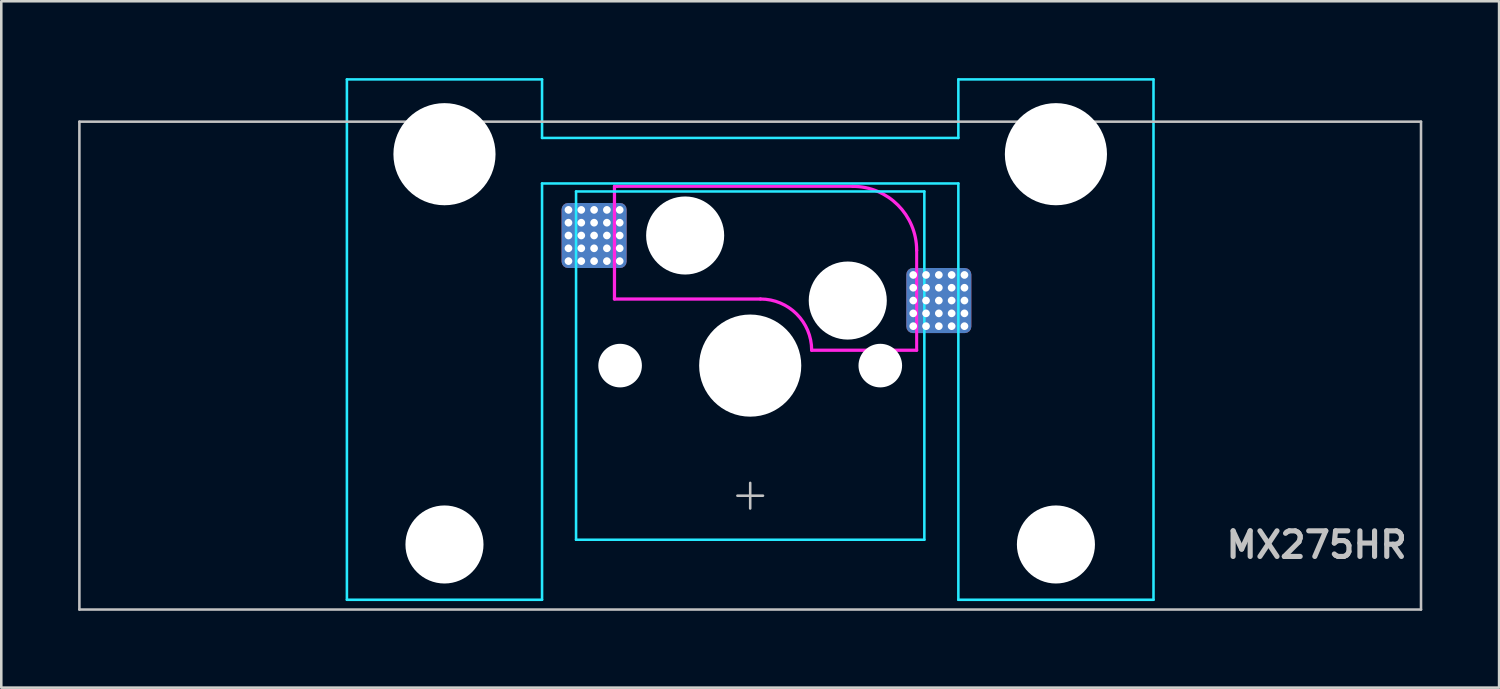
<source format=kicad_pcb>
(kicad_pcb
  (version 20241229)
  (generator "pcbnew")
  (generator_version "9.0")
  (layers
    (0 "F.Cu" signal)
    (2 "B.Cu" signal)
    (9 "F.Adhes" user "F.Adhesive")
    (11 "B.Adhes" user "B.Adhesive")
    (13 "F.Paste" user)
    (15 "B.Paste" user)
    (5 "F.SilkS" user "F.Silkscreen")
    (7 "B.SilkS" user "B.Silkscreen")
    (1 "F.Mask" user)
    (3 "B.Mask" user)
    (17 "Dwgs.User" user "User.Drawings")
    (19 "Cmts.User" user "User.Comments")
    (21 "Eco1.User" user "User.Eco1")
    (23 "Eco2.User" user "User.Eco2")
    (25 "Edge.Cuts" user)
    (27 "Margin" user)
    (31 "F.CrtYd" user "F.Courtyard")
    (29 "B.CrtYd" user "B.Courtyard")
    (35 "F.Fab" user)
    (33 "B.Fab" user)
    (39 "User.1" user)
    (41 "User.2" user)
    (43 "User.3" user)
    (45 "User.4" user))
  (footprint "MX275HR"
    (layer "F.Cu")
    (at 26.244 11.226)
    (property "Reference" "MX275HR" (at 25.75 7 0) (layer "Dwgs.User") (effects (font (size 1 1) (thickness 0.2)) (justify right)))
    (attr smd)
    (fp_line (start -26.194 -9.525) (end -26.194 9.525) (stroke (width 0.1) (type solid)) (layer "Dwgs.User"))
    (fp_line (start -26.194 -9.525) (end 26.194 -9.525) (stroke (width 0.1) (type solid)) (layer "Dwgs.User"))
    (fp_line (start -26.194 9.525) (end 26.194 9.525) (stroke (width 0.1) (type solid)) (layer "Dwgs.User"))
    (fp_line (start -0.5 5.08) (end 0.5 5.08) (stroke (width 0.1) (type solid)) (layer "Dwgs.User"))
    (fp_line (start 0 4.58) (end 0 5.58) (stroke (width 0.1) (type solid)) (layer "Dwgs.User"))
    (fp_line (start 26.194 -9.525) (end 26.194 9.525) (stroke (width 0.1) (type solid)) (layer "Dwgs.User"))
    (fp_line (start -15.438 -8.515) (end -15.438 5.485) (stroke (width 0.1) (type solid)) (layer "Eco1.User"))
    (fp_line (start -14.938 -9.015) (end -8.938 -9.015) (stroke (width 0.1) (type solid)) (layer "Eco1.User"))
    (fp_line (start -8.938 5.985) (end -14.938 5.985) (stroke (width 0.1) (type solid)) (layer "Eco1.User"))
    (fp_line (start -8.438 5.485) (end -8.438 -8.515) (stroke (width 0.1) (type solid)) (layer "Eco1.User"))
    (fp_line (start -7 -6.5) (end -7 6.5) (stroke (width 0.1) (type solid)) (layer "Eco1.User"))
    (fp_line (start -6.5 7) (end 6.5 7) (stroke (width 0.1) (type solid)) (layer "Eco1.User"))
    (fp_line (start 6.5 -7) (end -6.5 -7) (stroke (width 0.1) (type solid)) (layer "Eco1.User"))
    (fp_line (start 7 6.5) (end 7 -6.5) (stroke (width 0.1) (type solid)) (layer "Eco1.User"))
    (fp_line (start 8.438 -8.515) (end 8.438 5.485) (stroke (width 0.1) (type solid)) (layer "Eco1.User"))
    (fp_line (start 8.938 -9.015) (end 14.938 -9.015) (stroke (width 0.1) (type solid)) (layer "Eco1.User"))
    (fp_line (start 14.938 5.985) (end 8.938 5.985) (stroke (width 0.1) (type solid)) (layer "Eco1.User"))
    (fp_line (start 15.438 5.485) (end 15.438 -8.515) (stroke (width 0.1) (type solid)) (layer "Eco1.User"))
    (fp_arc (start -15.438 -8.515) (mid -15.291553 -8.868553) (end -14.938 -9.015) (stroke (width 0.1) (type solid)) (layer "Eco1.User"))
    (fp_arc (start -14.938 5.985) (mid -15.291553 5.838553) (end -15.438 5.485) (stroke (width 0.1) (type solid)) (layer "Eco1.User"))
    (fp_arc (start -8.938 -9.015) (mid -8.584447 -8.868553) (end -8.438 -8.515) (stroke (width 0.1) (type solid)) (layer "Eco1.User"))
    (fp_arc (start -8.438 5.485) (mid -8.584447 5.838553) (end -8.938 5.985) (stroke (width 0.1) (type solid)) (layer "Eco1.User"))
    (fp_arc (start -7 -6.5) (mid -6.853553 -6.853553) (end -6.5 -7) (stroke (width 0.1) (type solid)) (layer "Eco1.User"))
    (fp_arc (start -6.5 7) (mid -6.853553 6.853553) (end -7 6.5) (stroke (width 0.1) (type solid)) (layer "Eco1.User"))
    (fp_arc (start 6.5 -7) (mid 6.853553 -6.853553) (end 7 -6.5) (stroke (width 0.1) (type solid)) (layer "Eco1.User"))
    (fp_arc (start 7 6.5) (mid 6.853553 6.853553) (end 6.5 7) (stroke (width 0.1) (type solid)) (layer "Eco1.User"))
    (fp_arc (start 8.438 -8.515) (mid 8.584447 -8.868553) (end 8.938 -9.015) (stroke (width 0.1) (type solid)) (layer "Eco1.User"))
    (fp_arc (start 8.938 5.985) (mid 8.584447 5.838553) (end 8.438 5.485) (stroke (width 0.1) (type solid)) (layer "Eco1.User"))
    (fp_arc (start 14.938 -9.015) (mid 15.291553 -8.868553) (end 15.438 -8.515) (stroke (width 0.1) (type solid)) (layer "Eco1.User"))
    (fp_arc (start 15.438 5.485) (mid 15.291553 5.838553) (end 14.938 5.985) (stroke (width 0.1) (type solid)) (layer "Eco1.User"))
    (fp_line (start -15.748 -11.176) (end -15.748 9.144) (stroke (width 0.1) (type solid)) (layer "B.CrtYd"))
    (fp_line (start -15.748 -11.176) (end -8.128 -11.176) (stroke (width 0.1) (type solid)) (layer "B.CrtYd"))
    (fp_line (start -8.128 -8.89) (end -8.128 -11.176) (stroke (width 0.1) (type solid)) (layer "B.CrtYd"))
    (fp_line (start -8.128 -7.112) (end -8.128 9.142) (stroke (width 0.1) (type solid)) (layer "B.CrtYd"))
    (fp_line (start -8.128 9.144) (end -15.748 9.144) (stroke (width 0.1) (type solid)) (layer "B.CrtYd"))
    (fp_line (start -6.8 -6.8) (end -6.8 6.8) (stroke (width 0.1) (type solid)) (layer "B.CrtYd"))
    (fp_line (start 6.8 -6.8) (end -6.8 -6.8) (stroke (width 0.1) (type solid)) (layer "B.CrtYd"))
    (fp_line (start 6.8 -6.8) (end 6.8 6.8) (stroke (width 0.1) (type solid)) (layer "B.CrtYd"))
    (fp_line (start 6.8 6.8) (end -6.8 6.8) (stroke (width 0.1) (type solid)) (layer "B.CrtYd"))
    (fp_line (start 8.128 -8.89) (end -8.128 -8.89) (stroke (width 0.1) (type solid)) (layer "B.CrtYd"))
    (fp_line (start 8.128 -8.89) (end 8.128 -11.176) (stroke (width 0.1) (type solid)) (layer "B.CrtYd"))
    (fp_line (start 8.128 -7.112) (end -8.128 -7.112) (stroke (width 0.1) (type solid)) (layer "B.CrtYd"))
    (fp_line (start 8.128 -7.112) (end 8.128 9.144) (stroke (width 0.1) (type solid)) (layer "B.CrtYd"))
    (fp_line (start 8.128 9.144) (end 15.748 9.144) (stroke (width 0.1) (type solid)) (layer "B.CrtYd"))
    (fp_line (start 15.748 -11.176) (end 8.128 -11.176) (stroke (width 0.1) (type solid)) (layer "B.CrtYd"))
    (fp_line (start 15.748 9.144) (end 15.748 -11.176) (stroke (width 0.1) (type solid)) (layer "B.CrtYd"))
    (fp_line (start -5.3 -7) (end -5.3 -2.6) (stroke (width 0.127) (type solid)) (layer "F.CrtYd"))
    (fp_line (start -5.2 -7) (end -5.3 -7) (stroke (width 0.12) (type solid)) (layer "F.CrtYd"))
    (fp_line (start 0.4 -2.6) (end -5.3 -2.6) (stroke (width 0.127) (type solid)) (layer "F.CrtYd"))
    (fp_line (start 4 -7) (end -5.2 -7) (stroke (width 0.12) (type solid)) (layer "F.CrtYd"))
    (fp_line (start 6.5 -4.5) (end 6.5 -0.6) (stroke (width 0.12) (type solid)) (layer "F.CrtYd"))
    (fp_line (start 6.5 -0.6) (end 2.4 -0.6) (stroke (width 0.127) (type solid)) (layer "F.CrtYd"))
    (fp_arc (start 0.4 -2.6) (mid 1.814214 -2.014214) (end 2.4 -0.6) (stroke (width 0.127) (type solid)) (layer "F.CrtYd"))
    (fp_arc (start 4 -7) (mid 5.767767 -6.267767) (end 6.5 -4.5) (stroke (width 0.127) (type solid)) (layer "F.CrtYd"))
    (pad "" np_thru_hole circle (at -11.938 -8.255 180) (size 3.988 3.988) (drill 3.988) (layers "*.Cu" "*.Mask"))
    (pad "" np_thru_hole circle (at -11.938 6.985 180) (size 3.048 3.048) (drill 3.048) (layers "*.Cu" "*.Mask"))
    (pad "" np_thru_hole circle (at -5.08 0) (size 1.702 1.702) (drill 1.702) (layers "*.Cu" "*.Mask"))
    (pad "" np_thru_hole circle (at -2.54 -5.08) (size 3.048 3.048) (drill 3.048) (layers "*.Cu" "*.Mask"))
    (pad "" np_thru_hole circle (at 0 0) (size 3.988 3.988) (drill 3.988) (layers "*.Cu" "*.Mask"))
    (pad "" np_thru_hole circle (at 3.81 -2.54) (size 3.048 3.048) (drill 3.048) (layers "*.Cu" "*.Mask"))
    (pad "" np_thru_hole circle (at 5.08 0) (size 1.702 1.702) (drill 1.702) (layers "*.Cu" "*.Mask"))
    (pad "" np_thru_hole circle (at 11.938 -8.255 180) (size 3.988 3.988) (drill 3.988) (layers "*.Cu" "*.Mask"))
    (pad "" np_thru_hole circle (at 11.938 6.985 180) (size 3.048 3.048) (drill 3.048) (layers "*.Cu" "*.Mask"))
    (pad "1" thru_hole circle (at -7.096 -6.08) (size 0.3 0.3) (drill 0.3) (layers "*.Cu" "F.Mask"))
    (pad "1" thru_hole circle (at -7.096 -5.58) (size 0.3 0.3) (drill 0.3) (layers "*.Cu" "F.Mask"))
    (pad "1" thru_hole circle (at -7.096 -5.08) (size 0.3 0.3) (drill 0.3) (layers "*.Cu" "F.Mask"))
    (pad "1" thru_hole circle (at -7.096 -4.58) (size 0.3 0.3) (drill 0.3) (layers "*.Cu" "F.Mask"))
    (pad "1" thru_hole circle (at -7.096 -4.08) (size 0.3 0.3) (drill 0.3) (layers "*.Cu" "F.Mask"))
    (pad "1" thru_hole circle (at -6.596 -6.08) (size 0.3 0.3) (drill 0.3) (layers "*.Cu" "F.Mask"))
    (pad "1" thru_hole circle (at -6.596 -5.58) (size 0.3 0.3) (drill 0.3) (layers "*.Cu" "F.Mask"))
    (pad "1" thru_hole circle (at -6.596 -5.08) (size 0.3 0.3) (drill 0.3) (layers "*.Cu" "F.Mask"))
    (pad "1" thru_hole circle (at -6.596 -4.58) (size 0.3 0.3) (drill 0.3) (layers "*.Cu" "F.Mask"))
    (pad "1" thru_hole circle (at -6.596 -4.08) (size 0.3 0.3) (drill 0.3) (layers "*.Cu" "F.Mask"))
    (pad "1" thru_hole circle (at -6.096 -6.08) (size 0.3 0.3) (drill 0.3) (layers "*.Cu" "F.Mask"))
    (pad "1" thru_hole circle (at -6.096 -5.58) (size 0.3 0.3) (drill 0.3) (layers "*.Cu" "F.Mask"))
    (pad "1" thru_hole circle (at -6.096 -5.08) (size 0.3 0.3) (drill 0.3) (layers "*.Cu" "F.Mask"))
    (pad "1" smd roundrect (at -6.096 -5.08) (size 2.54 2.54) (layers "F.Cu" "F.Mask") (roundrect_rratio 0.1))
    (pad "1" smd roundrect (at -6.096 -5.08) (size 2.54 2.54) (layers "B.Cu") (roundrect_rratio 0.1))
    (pad "1" thru_hole circle (at -6.096 -4.58) (size 0.3 0.3) (drill 0.3) (layers "*.Cu" "F.Mask"))
    (pad "1" thru_hole circle (at -6.096 -4.08) (size 0.3 0.3) (drill 0.3) (layers "*.Cu" "F.Mask"))
    (pad "1" thru_hole circle (at -5.596 -6.08) (size 0.3 0.3) (drill 0.3) (layers "*.Cu" "F.Mask"))
    (pad "1" thru_hole circle (at -5.596 -5.58) (size 0.3 0.3) (drill 0.3) (layers "*.Cu" "F.Mask"))
    (pad "1" thru_hole circle (at -5.596 -5.08) (size 0.3 0.3) (drill 0.3) (layers "*.Cu" "F.Mask"))
    (pad "1" thru_hole circle (at -5.596 -4.58) (size 0.3 0.3) (drill 0.3) (layers "*.Cu" "F.Mask"))
    (pad "1" thru_hole circle (at -5.596 -4.08) (size 0.3 0.3) (drill 0.3) (layers "*.Cu" "F.Mask"))
    (pad "1" thru_hole circle (at -5.096 -6.08) (size 0.3 0.3) (drill 0.3) (layers "*.Cu" "F.Mask"))
    (pad "1" thru_hole circle (at -5.096 -5.58) (size 0.3 0.3) (drill 0.3) (layers "*.Cu" "F.Mask"))
    (pad "1" thru_hole circle (at -5.096 -5.08) (size 0.3 0.3) (drill 0.3) (layers "*.Cu" "F.Mask"))
    (pad "1" thru_hole circle (at -5.096 -4.58) (size 0.3 0.3) (drill 0.3) (layers "*.Cu" "F.Mask"))
    (pad "1" thru_hole circle (at -5.096 -4.08) (size 0.3 0.3) (drill 0.3) (layers "*.Cu" "F.Mask"))
    (pad "2" thru_hole circle (at 6.366 -3.54) (size 0.3 0.3) (drill 0.3) (layers "*.Cu" "F.Mask"))
    (pad "2" thru_hole circle (at 6.366 -3.04) (size 0.3 0.3) (drill 0.3) (layers "*.Cu" "F.Mask"))
    (pad "2" thru_hole circle (at 6.366 -2.54) (size 0.3 0.3) (drill 0.3) (layers "*.Cu" "F.Mask"))
    (pad "2" thru_hole circle (at 6.366 -2.04) (size 0.3 0.3) (drill 0.3) (layers "*.Cu" "F.Mask"))
    (pad "2" thru_hole circle (at 6.366 -1.54) (size 0.3 0.3) (drill 0.3) (layers "*.Cu" "F.Mask"))
    (pad "2" thru_hole circle (at 6.866 -3.54) (size 0.3 0.3) (drill 0.3) (layers "*.Cu" "F.Mask"))
    (pad "2" thru_hole circle (at 6.866 -3.04) (size 0.3 0.3) (drill 0.3) (layers "*.Cu" "F.Mask"))
    (pad "2" thru_hole circle (at 6.866 -2.54) (size 0.3 0.3) (drill 0.3) (layers "*.Cu" "F.Mask"))
    (pad "2" thru_hole circle (at 6.866 -2.04) (size 0.3 0.3) (drill 0.3) (layers "*.Cu" "F.Mask"))
    (pad "2" thru_hole circle (at 6.866 -1.54) (size 0.3 0.3) (drill 0.3) (layers "*.Cu" "F.Mask"))
    (pad "2" thru_hole circle (at 7.366 -3.54) (size 0.3 0.3) (drill 0.3) (layers "*.Cu" "F.Mask"))
    (pad "2" thru_hole circle (at 7.366 -3.04) (size 0.3 0.3) (drill 0.3) (layers "*.Cu" "F.Mask"))
    (pad "2" thru_hole circle (at 7.366 -2.54) (size 0.3 0.3) (drill 0.3) (layers "*.Cu" "F.Mask"))
    (pad "2" smd roundrect (at 7.366 -2.54) (size 2.54 2.54) (layers "F.Cu" "F.Mask") (roundrect_rratio 0.1))
    (pad "2" smd roundrect (at 7.366 -2.54) (size 2.54 2.54) (layers "B.Cu") (roundrect_rratio 0.1))
    (pad "2" thru_hole circle (at 7.366 -2.04) (size 0.3 0.3) (drill 0.3) (layers "*.Cu" "F.Mask"))
    (pad "2" thru_hole circle (at 7.366 -1.54) (size 0.3 0.3) (drill 0.3) (layers "*.Cu" "F.Mask"))
    (pad "2" thru_hole circle (at 7.866 -3.54) (size 0.3 0.3) (drill 0.3) (layers "*.Cu" "F.Mask"))
    (pad "2" thru_hole circle (at 7.866 -3.04) (size 0.3 0.3) (drill 0.3) (layers "*.Cu" "F.Mask"))
    (pad "2" thru_hole circle (at 7.866 -2.54) (size 0.3 0.3) (drill 0.3) (layers "*.Cu" "F.Mask"))
    (pad "2" thru_hole circle (at 7.866 -2.04) (size 0.3 0.3) (drill 0.3) (layers "*.Cu" "F.Mask"))
    (pad "2" thru_hole circle (at 7.866 -1.54) (size 0.3 0.3) (drill 0.3) (layers "*.Cu" "F.Mask"))
    (pad "2" thru_hole circle (at 8.366 -3.54) (size 0.3 0.3) (drill 0.3) (layers "*.Cu" "F.Mask"))
    (pad "2" thru_hole circle (at 8.366 -3.04) (size 0.3 0.3) (drill 0.3) (layers "*.Cu" "F.Mask"))
    (pad "2" thru_hole circle (at 8.366 -2.54) (size 0.3 0.3) (drill 0.3) (layers "*.Cu" "F.Mask"))
    (pad "2" thru_hole circle (at 8.366 -2.04) (size 0.3 0.3) (drill 0.3) (layers "*.Cu" "F.Mask"))
    (pad "2" thru_hole circle (at 8.366 -1.54) (size 0.3 0.3) (drill 0.3) (layers "*.Cu" "F.Mask")))
  (gr_rect
    (start -3 -3)
    (end 55.487 23.801)
    (stroke (width 0.1) (type default))
    (fill no)
    (layer "Edge.Cuts")))
</source>
